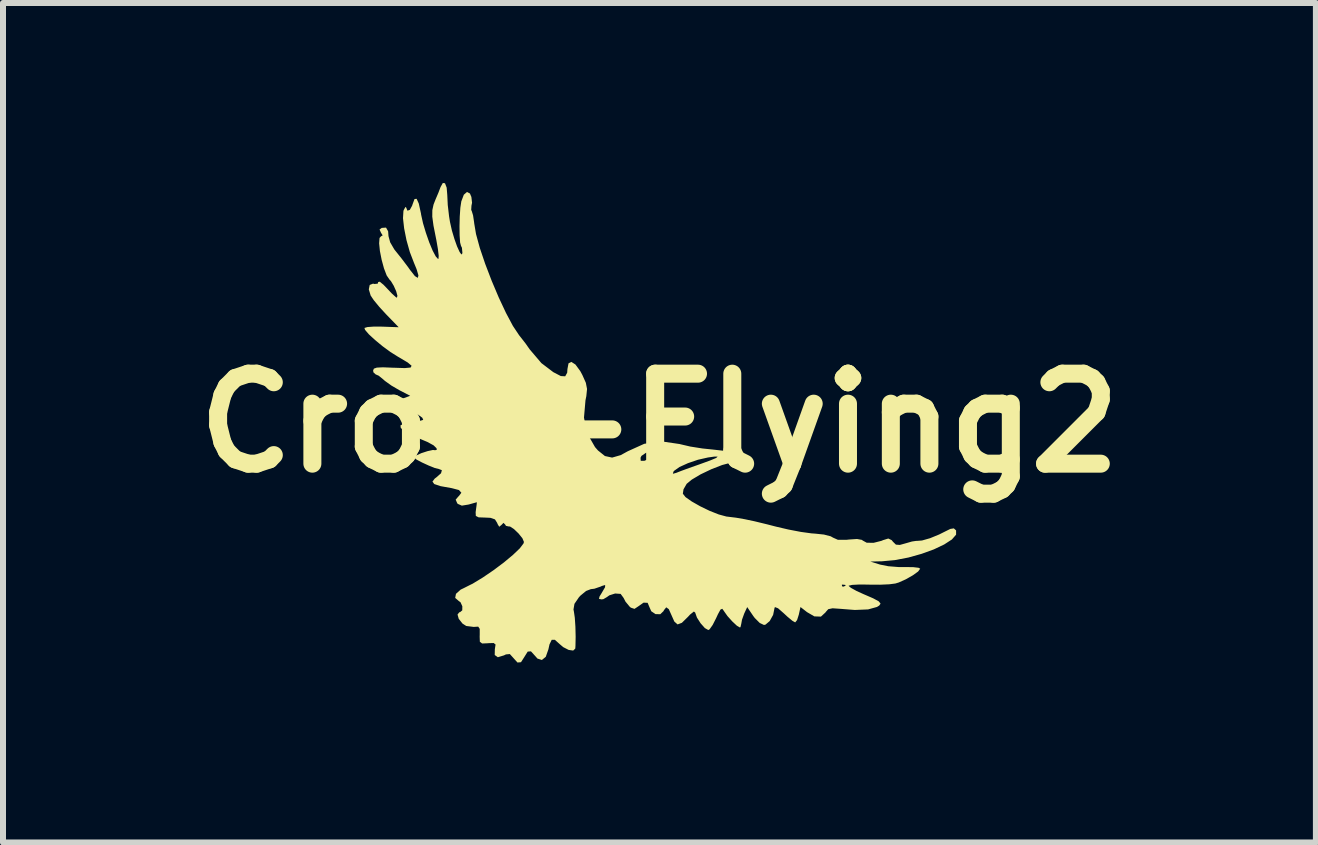
<source format=kicad_pcb>
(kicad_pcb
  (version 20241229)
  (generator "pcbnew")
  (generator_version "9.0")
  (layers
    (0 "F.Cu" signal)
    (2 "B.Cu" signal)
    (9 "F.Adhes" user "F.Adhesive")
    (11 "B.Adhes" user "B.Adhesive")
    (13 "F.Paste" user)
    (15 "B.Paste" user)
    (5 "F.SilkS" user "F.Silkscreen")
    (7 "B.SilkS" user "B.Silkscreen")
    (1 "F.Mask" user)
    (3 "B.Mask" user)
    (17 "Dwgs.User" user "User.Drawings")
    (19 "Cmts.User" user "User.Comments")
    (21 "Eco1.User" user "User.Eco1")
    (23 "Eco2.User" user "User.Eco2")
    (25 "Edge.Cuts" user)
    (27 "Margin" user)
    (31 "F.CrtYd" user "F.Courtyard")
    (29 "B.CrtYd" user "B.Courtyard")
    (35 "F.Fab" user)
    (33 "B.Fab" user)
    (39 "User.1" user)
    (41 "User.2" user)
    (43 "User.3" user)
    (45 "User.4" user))
  (footprint "Crow-Flying2"
    (layer "F.Cu")
    (at 7.943 4.001)
    (property "Reference" "Crow-Flying2" (at 0 0 0) (layer "F.SilkS") (effects (font (size 1.5 1.5) (thickness 0.3))))
    (attr board_only exclude_from_pos_files exclude_from_bom)
    (fp_poly (pts (xy -3.575 -3.996) (xy -3.547 -3.923) (xy -3.537 -3.801) (xy -3.529 -3.635) (xy -3.507 -3.445) (xy -3.492 -3.352) (xy -3.46 -3.209) (xy -3.418 -3.068) (xy -3.374 -2.944) (xy -3.332 -2.852) (xy -3.301 -2.808) (xy -3.285 -2.829) (xy -3.285 -2.838) (xy -3.293 -2.922) (xy -3.308 -2.952) (xy -3.323 -3.009) (xy -3.331 -3.126) (xy -3.333 -3.278) (xy -3.329 -3.44) (xy -3.319 -3.588) (xy -3.303 -3.694) (xy -3.261 -3.805) (xy -3.208 -3.851) (xy -3.159 -3.825) (xy -3.135 -3.767) (xy -3.124 -3.671) (xy -3.134 -3.621) (xy -3.138 -3.551) (xy -3.129 -3.533) (xy -3.107 -3.461) (xy -3.09 -3.347) (xy -3.088 -3.328) (xy -3.058 -3.15) (xy -2.995 -2.919) (xy -2.905 -2.653) (xy -2.797 -2.371) (xy -2.679 -2.092) (xy -2.558 -1.834) (xy -2.443 -1.618) (xy -2.339 -1.462) (xy -2.323 -1.442) (xy -2.234 -1.328) (xy -2.163 -1.227) (xy -1.968 -0.998) (xy -1.769 -0.847) (xy -1.644 -0.782) (xy -1.571 -0.778) (xy -1.538 -0.838) (xy -1.534 -0.898) (xy -1.516 -0.994) (xy -1.468 -1.018) (xy -1.4 -0.974) (xy -1.32 -0.865) (xy -1.285 -0.8) (xy -1.227 -0.67) (xy -1.207 -0.567) (xy -1.219 -0.447) (xy -1.233 -0.379) (xy -1.258 -0.089) (xy -1.205 0.173) (xy -1.074 0.402) (xy -1.025 0.458) (xy -0.909 0.551) (xy -0.789 0.577) (xy -0.646 0.536) (xy -0.527 0.471) (xy -0.253 0.347) (xy 0.035 0.307) (xy 0.336 0.351) (xy 0.347 0.354) (xy 0.514 0.393) (xy 0.717 0.425) (xy 0.882 0.442) (xy 1.085 0.465) (xy 1.237 0.499) (xy 1.333 0.54) (xy 1.364 0.583) (xy 1.326 0.624) (xy 1.21 0.658) (xy 1.198 0.66) (xy 1.045 0.701) (xy 0.865 0.771) (xy 0.687 0.856) (xy 0.539 0.944) (xy 0.454 1.014) (xy 0.401 1.106) (xy 0.39 1.179) (xy 0.435 1.236) (xy 0.539 1.309) (xy 0.68 1.389) (xy 0.837 1.465) (xy 0.989 1.525) (xy 1.114 1.559) (xy 1.129 1.561) (xy 1.277 1.579) (xy 1.421 1.604) (xy 1.586 1.639) (xy 1.796 1.69) (xy 1.939 1.727) (xy 2.149 1.776) (xy 2.358 1.816) (xy 2.533 1.84) (xy 2.6 1.845) (xy 2.742 1.86) (xy 2.854 1.889) (xy 2.895 1.912) (xy 2.976 1.948) (xy 3.114 1.948) (xy 3.158 1.943) (xy 3.294 1.934) (xy 3.376 1.949) (xy 3.387 1.959) (xy 3.455 1.996) (xy 3.569 1.998) (xy 3.7 1.965) (xy 3.728 1.953) (xy 3.815 1.926) (xy 3.871 1.953) (xy 3.893 1.98) (xy 3.942 2.028) (xy 4.007 2.033) (xy 4.101 2.007) (xy 4.209 1.976) (xy 4.282 1.965) (xy 4.289 1.966) (xy 4.377 1.959) (xy 4.511 1.921) (xy 4.662 1.859) (xy 4.744 1.818) (xy 4.849 1.766) (xy 4.907 1.757) (xy 4.943 1.789) (xy 4.945 1.791) (xy 4.945 1.862) (xy 4.875 1.942) (xy 4.747 2.025) (xy 4.575 2.107) (xy 4.371 2.181) (xy 4.15 2.243) (xy 3.924 2.286) (xy 3.706 2.306) (xy 3.699 2.306) (xy 3.516 2.31) (xy 3.679 2.361) (xy 3.815 2.388) (xy 3.989 2.402) (xy 4.094 2.402) (xy 4.228 2.403) (xy 4.32 2.414) (xy 4.347 2.429) (xy 4.312 2.476) (xy 4.223 2.54) (xy 4.107 2.606) (xy 3.989 2.659) (xy 3.933 2.676) (xy 3.833 2.689) (xy 3.679 2.696) (xy 3.503 2.695) (xy 3.484 2.694) (xy 3.329 2.693) (xy 3.213 2.699) (xy 3.157 2.712) (xy 3.154 2.716) (xy 3.191 2.748) (xy 3.285 2.8) (xy 3.399 2.852) (xy 3.563 2.923) (xy 3.655 2.973) (xy 3.686 3.011) (xy 3.663 3.044) (xy 3.626 3.067) (xy 3.478 3.108) (xy 3.256 3.117) (xy 3.015 3.098) (xy 2.886 3.089) (xy 2.814 3.104) (xy 2.772 3.151) (xy 2.769 3.157) (xy 2.692 3.228) (xy 2.582 3.224) (xy 2.46 3.153) (xy 2.351 3.068) (xy 2.323 3.196) (xy 2.294 3.286) (xy 2.263 3.324) (xy 2.262 3.324) (xy 2.215 3.297) (xy 2.131 3.227) (xy 2.073 3.173) (xy 1.977 3.089) (xy 1.925 3.069) (xy 1.918 3.086) (xy 1.895 3.199) (xy 1.838 3.302) (xy 1.767 3.362) (xy 1.742 3.367) (xy 1.672 3.334) (xy 1.589 3.251) (xy 1.564 3.218) (xy 1.463 3.069) (xy 1.413 3.177) (xy 1.376 3.28) (xy 1.364 3.347) (xy 1.351 3.403) (xy 1.341 3.409) (xy 1.291 3.38) (xy 1.214 3.308) (xy 1.134 3.219) (xy 1.078 3.14) (xy 1.076 3.136) (xy 1.047 3.097) (xy 1.017 3.111) (xy 0.975 3.188) (xy 0.945 3.253) (xy 0.887 3.367) (xy 0.836 3.439) (xy 0.815 3.452) (xy 0.757 3.419) (xy 0.686 3.339) (xy 0.625 3.244) (xy 0.597 3.165) (xy 0.597 3.162) (xy 0.574 3.143) (xy 0.509 3.195) (xy 0.476 3.231) (xy 0.374 3.331) (xy 0.302 3.358) (xy 0.248 3.31) (xy 0.207 3.218) (xy 0.156 3.104) (xy 0.113 3.073) (xy 0.074 3.122) (xy 0.069 3.135) (xy 0.014 3.188) (xy -0.066 3.186) (xy -0.136 3.139) (xy -0.163 3.079) (xy -0.197 2.998) (xy -0.265 2.995) (xy -0.347 3.053) (xy -0.416 3.099) (xy -0.476 3.079) (xy -0.494 3.065) (xy -0.566 2.978) (xy -0.598 2.916) (xy -0.647 2.849) (xy -0.735 2.843) (xy -0.743 2.844) (xy -0.835 2.873) (xy -0.877 2.903) (xy -0.935 2.937) (xy -0.966 2.941) (xy -1.008 2.932) (xy -0.999 2.893) (xy -0.964 2.836) (xy -0.907 2.738) (xy -0.905 2.701) (xy -0.96 2.717) (xy -0.977 2.726) (xy -1.085 2.763) (xy -1.144 2.77) (xy -1.224 2.801) (xy -1.317 2.878) (xy -1.342 2.905) (xy -1.417 3.015) (xy -1.433 3.109) (xy -1.425 3.15) (xy -1.411 3.247) (xy -1.401 3.397) (xy -1.397 3.564) (xy -1.4 3.715) (xy -1.403 3.761) (xy -1.438 3.794) (xy -1.514 3.783) (xy -1.605 3.736) (xy -1.661 3.688) (xy -1.743 3.615) (xy -1.796 3.615) (xy -1.833 3.691) (xy -1.851 3.773) (xy -1.895 3.898) (xy -1.96 3.951) (xy -2.034 3.927) (xy -2.072 3.884) (xy -2.142 3.807) (xy -2.196 3.811) (xy -2.25 3.897) (xy -2.251 3.899) (xy -2.308 3.988) (xy -2.367 3.993) (xy -2.437 3.915) (xy -2.494 3.852) (xy -2.559 3.858) (xy -2.592 3.874) (xy -2.694 3.905) (xy -2.746 3.868) (xy -2.744 3.768) (xy -2.743 3.765) (xy -2.732 3.693) (xy -2.764 3.668) (xy -2.858 3.671) (xy -2.86 3.672) (xy -2.956 3.676) (xy -2.994 3.647) (xy -2.997 3.561) (xy -2.996 3.532) (xy -2.996 3.432) (xy -3.021 3.395) (xy -3.088 3.399) (xy -3.093 3.4) (xy -3.221 3.384) (xy -3.283 3.344) (xy -3.346 3.264) (xy -3.366 3.193) (xy -3.336 3.155) (xy -3.324 3.154) (xy -3.287 3.123) (xy -3.286 3.055) (xy -3.316 2.989) (xy -3.345 2.968) (xy -3.405 2.916) (xy -3.392 2.848) (xy -3.314 2.778) (xy -3.262 2.753) (xy -3.155 2.699) (xy 3.04 2.699) (xy 3.046 2.724) (xy 3.068 2.728) (xy 3.104 2.712) (xy 3.097 2.699) (xy 3.046 2.694) (xy 3.04 2.699) (xy -3.155 2.699) (xy -3.114 2.679) (xy -2.943 2.575) (xy -2.764 2.453) (xy -2.592 2.324) (xy -2.442 2.199) (xy -2.328 2.09) (xy -2.266 2.008) (xy -2.259 1.983) (xy -2.285 1.921) (xy -2.349 1.842) (xy -2.426 1.768) (xy -2.491 1.726) (xy -2.513 1.725) (xy -2.559 1.715) (xy -2.571 1.694) (xy -2.6 1.665) (xy -2.634 1.7) (xy -2.671 1.73) (xy -2.699 1.684) (xy -2.704 1.668) (xy -2.742 1.607) (xy -2.819 1.581) (xy -2.906 1.577) (xy -3.015 1.573) (xy -3.061 1.549) (xy -3.064 1.487) (xy -3.059 1.449) (xy -3.047 1.36) (xy -3.044 1.321) (xy -3.044 1.321) (xy -3.083 1.332) (xy -3.172 1.357) (xy -3.184 1.36) (xy -3.294 1.378) (xy -3.361 1.349) (xy -3.371 1.338) (xy -3.397 1.278) (xy -3.35 1.223) (xy -3.345 1.22) (xy -3.302 1.163) (xy -3.342 1.118) (xy -3.464 1.086) (xy -3.465 1.086) (xy -3.649 1.053) (xy -3.754 1.018) (xy -3.784 0.977) (xy -3.746 0.927) (xy -3.718 0.906) (xy -3.651 0.847) (xy 0.224 0.847) (xy 0.278 0.832) (xy 0.281 0.831) (xy 0.36 0.8) (xy 0.493 0.751) (xy 0.65 0.696) (xy 0.661 0.692) (xy 0.843 0.626) (xy 0.946 0.583) (xy 0.97 0.561) (xy 0.917 0.56) (xy 0.81 0.575) (xy 0.642 0.613) (xy 0.475 0.67) (xy 0.334 0.734) (xy 0.245 0.797) (xy 0.233 0.812) (xy 0.224 0.847) (xy -3.651 0.847) (xy -3.641 0.838) (xy -3.627 0.787) (xy -3.678 0.767) (xy -3.744 0.751) (xy -3.846 0.71) (xy -3.957 0.659) (xy -4.048 0.611) (xy -4.089 0.579) (xy -0.315 0.579) (xy -0.312 0.631) (xy -0.25 0.63) (xy -0.162 0.592) (xy -0.105 0.549) (xy -0.125 0.513) (xy -0.129 0.511) (xy -0.222 0.495) (xy -0.3 0.549) (xy -0.315 0.579) (xy -4.089 0.579) (xy -4.091 0.577) (xy -4.091 0.575) (xy -4.055 0.542) (xy -3.969 0.503) (xy -3.864 0.469) (xy -3.776 0.45) (xy -3.74 0.454) (xy -3.712 0.448) (xy -3.716 0.421) (xy -3.765 0.373) (xy -3.867 0.317) (xy -3.936 0.288) (xy -4.108 0.216) (xy -4.238 0.145) (xy -4.312 0.084) (xy -4.317 0.04) (xy -4.317 0.04) (xy -4.256 0.014) (xy -4.147 -0.009) (xy -4.12 -0.013) (xy -4.011 -0.031) (xy -3.944 -0.05) (xy -3.938 -0.054) (xy -3.954 -0.088) (xy -4.03 -0.143) (xy -4.147 -0.207) (xy -4.251 -0.253) (xy -4.357 -0.305) (xy -4.381 -0.348) (xy -4.323 -0.389) (xy -4.272 -0.41) (xy -4.155 -0.453) (xy -4.338 -0.548) (xy -4.467 -0.623) (xy -4.576 -0.701) (xy -4.604 -0.726) (xy -4.68 -0.788) (xy -4.731 -0.81) (xy -4.768 -0.844) (xy -4.773 -0.875) (xy -4.76 -0.906) (xy -4.711 -0.923) (xy -4.609 -0.928) (xy -4.44 -0.921) (xy -4.427 -0.921) (xy -4.246 -0.915) (xy -4.148 -0.924) (xy -4.132 -0.954) (xy -4.196 -1.008) (xy -4.337 -1.092) (xy -4.363 -1.107) (xy -4.484 -1.183) (xy -4.615 -1.279) (xy -4.741 -1.383) (xy -4.844 -1.478) (xy -4.907 -1.551) (xy -4.918 -1.584) (xy -4.868 -1.599) (xy -4.758 -1.607) (xy -4.623 -1.606) (xy -4.347 -1.596) (xy -4.555 -1.81) (xy -4.669 -1.934) (xy -4.763 -2.048) (xy -4.814 -2.124) (xy -4.845 -2.227) (xy -4.83 -2.301) (xy -4.774 -2.323) (xy -4.753 -2.317) (xy -4.697 -2.322) (xy -4.688 -2.35) (xy -4.663 -2.355) (xy -4.601 -2.305) (xy -4.546 -2.248) (xy -4.459 -2.156) (xy -4.396 -2.099) (xy -4.377 -2.088) (xy -4.368 -2.12) (xy -4.389 -2.197) (xy -4.43 -2.288) (xy -4.477 -2.366) (xy -4.499 -2.389) (xy -4.547 -2.459) (xy -4.592 -2.577) (xy -4.631 -2.72) (xy -4.66 -2.867) (xy -4.673 -2.995) (xy -4.666 -3.084) (xy -4.642 -3.111) (xy -4.614 -3.127) (xy -4.641 -3.17) (xy -4.666 -3.225) (xy -4.629 -3.252) (xy -4.558 -3.257) (xy -4.523 -3.195) (xy -4.517 -3.115) (xy -4.489 -3.012) (xy -4.421 -2.895) (xy -4.4 -2.868) (xy -4.302 -2.746) (xy -4.194 -2.603) (xy -4.158 -2.552) (xy -4.076 -2.448) (xy -4.028 -2.419) (xy -4.018 -2.46) (xy -4.049 -2.565) (xy -4.093 -2.672) (xy -4.161 -2.849) (xy -4.217 -3.048) (xy -4.256 -3.244) (xy -4.275 -3.413) (xy -4.268 -3.533) (xy -4.263 -3.549) (xy -4.234 -3.602) (xy -4.222 -3.591) (xy -4.201 -3.539) (xy -4.161 -3.553) (xy -4.123 -3.622) (xy -4.116 -3.644) (xy -4.083 -3.733) (xy -4.048 -3.737) (xy -4.012 -3.658) (xy -3.976 -3.495) (xy -3.973 -3.473) (xy -3.941 -3.329) (xy -3.893 -3.169) (xy -3.838 -3.011) (xy -3.781 -2.874) (xy -3.729 -2.776) (xy -3.692 -2.735) (xy -3.683 -2.738) (xy -3.68 -2.788) (xy -3.693 -2.899) (xy -3.719 -3.049) (xy -3.726 -3.084) (xy -3.767 -3.291) (xy -3.787 -3.439) (xy -3.786 -3.548) (xy -3.766 -3.641) (xy -3.734 -3.723) (xy -3.685 -3.838) (xy -3.65 -3.93) (xy -3.65 -3.931) (xy -3.611 -4.001)) (stroke (width 0) (type solid)) (fill yes) (layer "F.SilkS")))
  (gr_rect
    (start -3 -3)
    (end 18.886 10.994)
    (stroke (width 0.1) (type default))
    (fill no)
    (layer "Edge.Cuts")))
</source>
